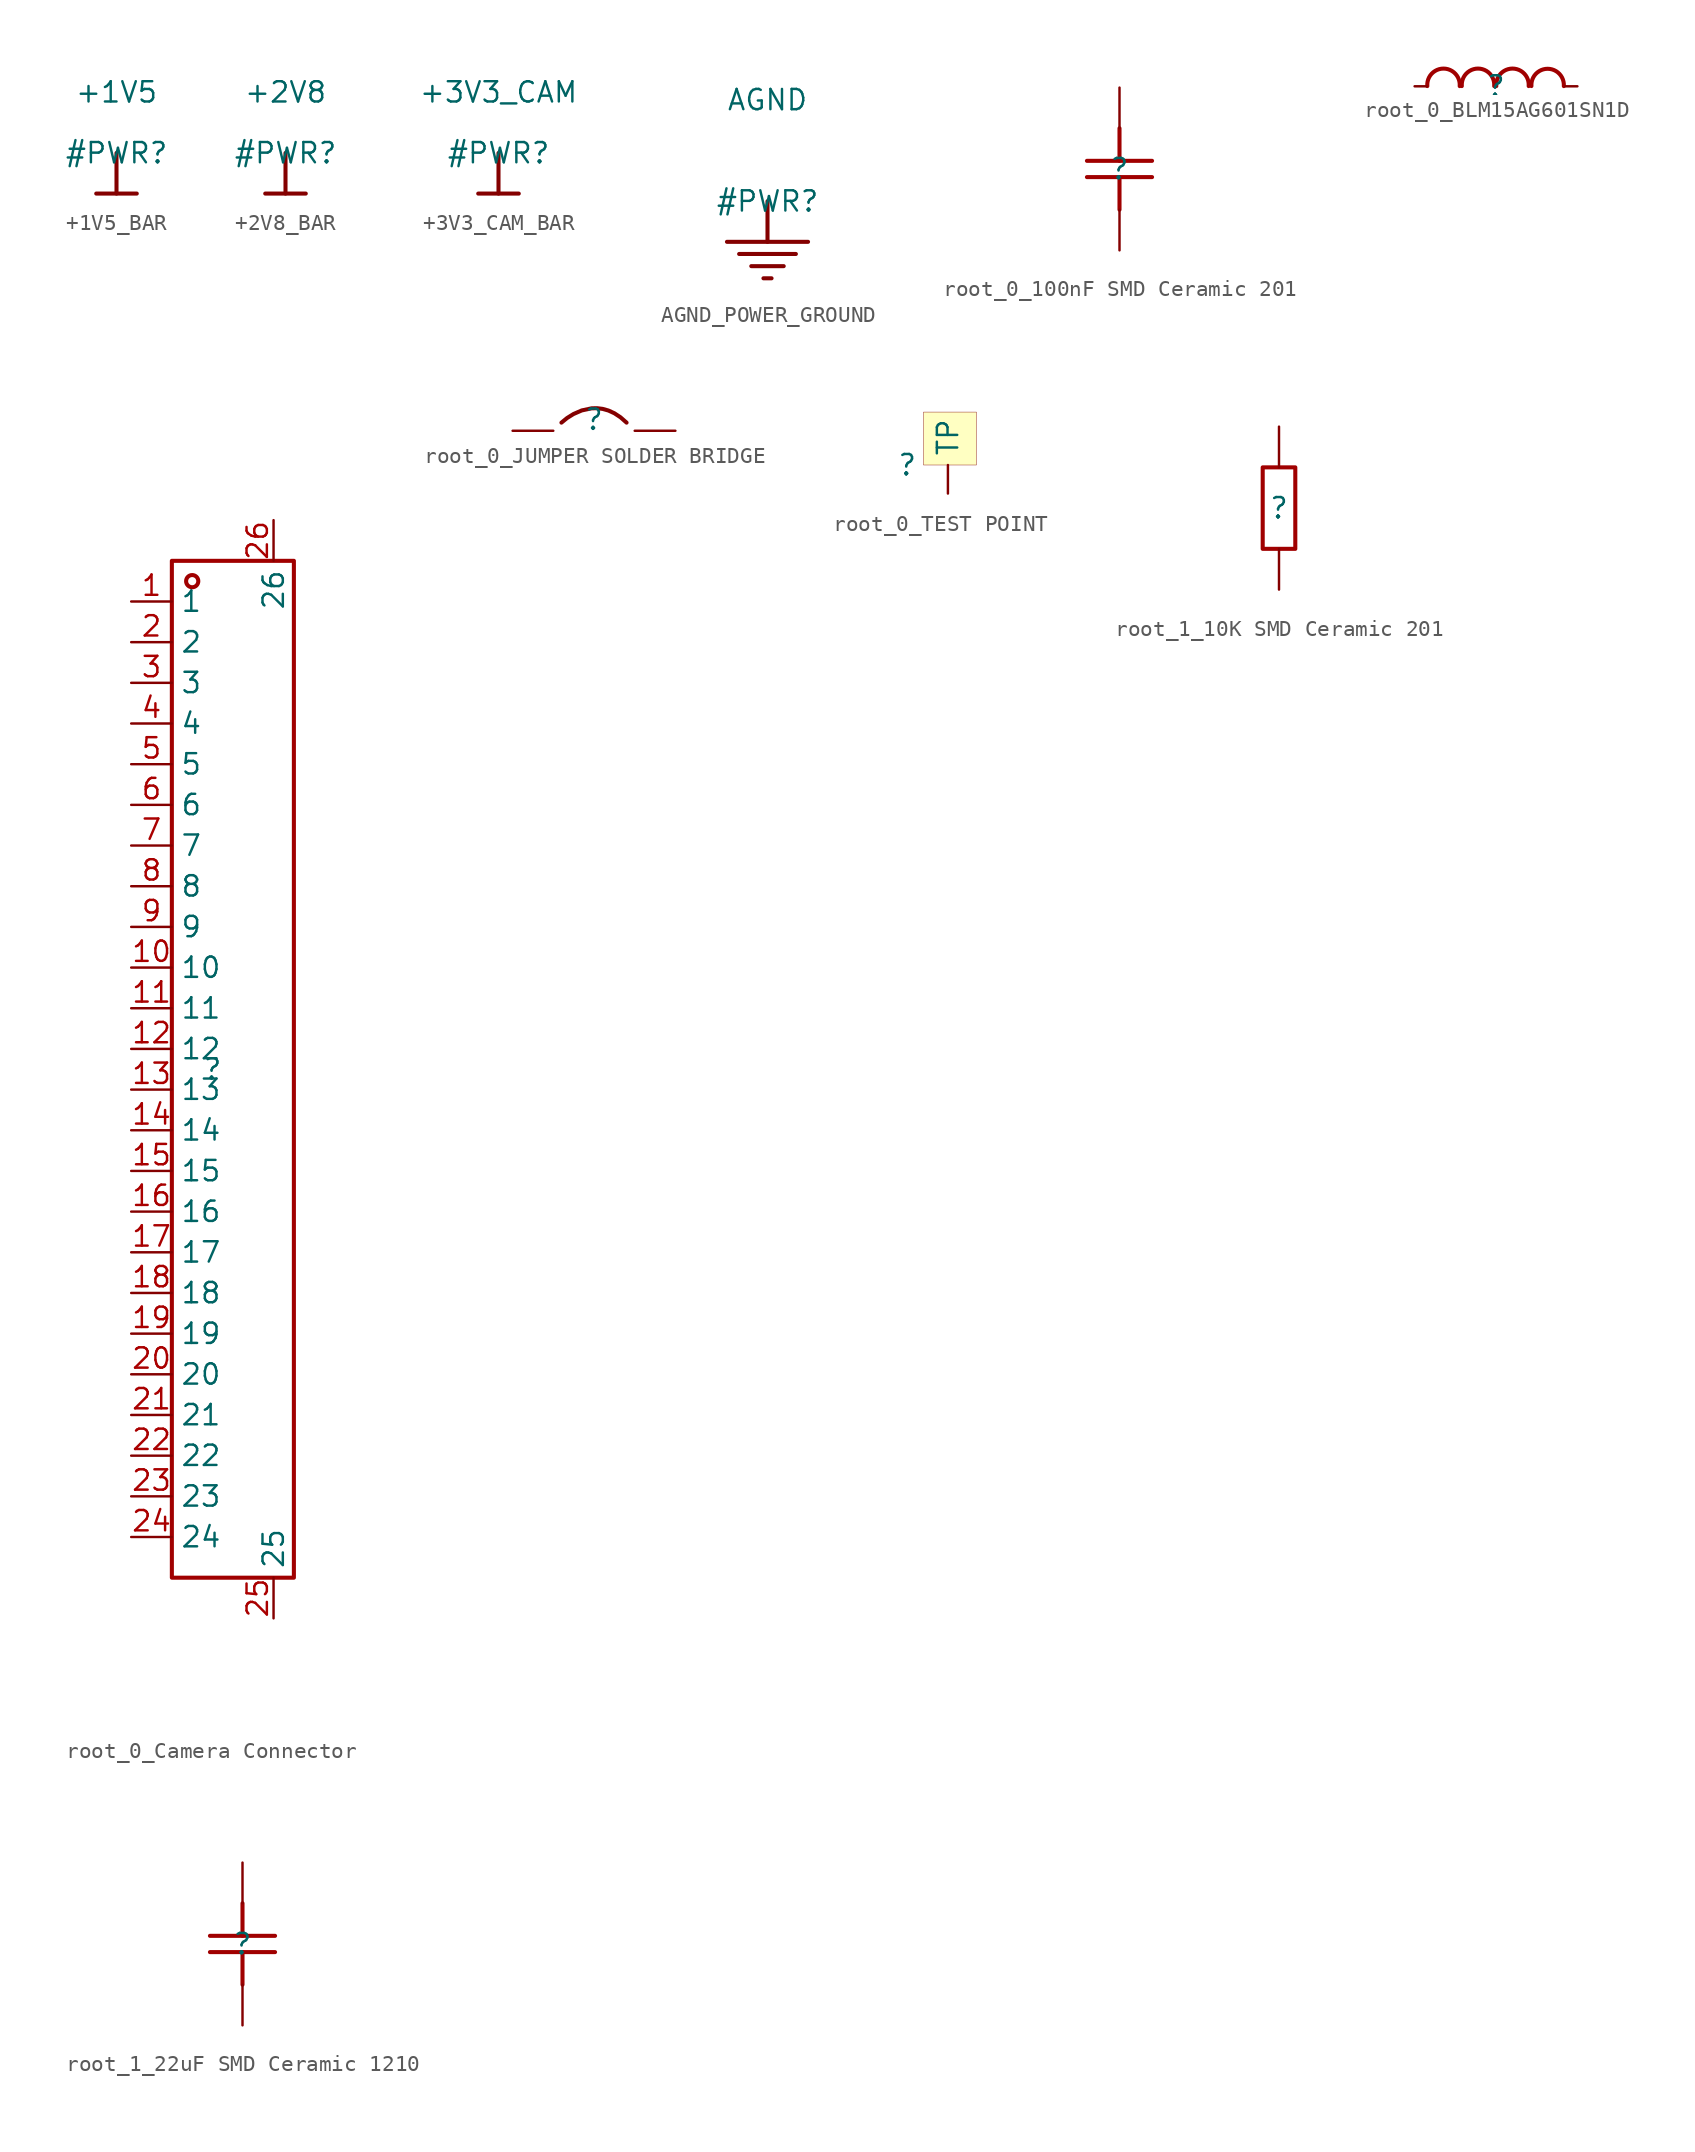
<source format=kicad_sym>
(kicad_symbol_lib
  (version 20231120)
  (generator "kicad_symbol_editor")
  (generator_version "8.0")
  (symbol "+1V5_BAR"
    (power)
    (property "Reference" "#PWR"
      (at 0 0 0)
      (effects (font (size 1.27 1.27))))
    (property "Value" "+1V5"
      (at 0 3.81 0)
      (effects (font (size 1.27 1.27))))
    (symbol "+1V5_BAR_0_0"
      (polyline (pts (xy -1.27 -2.54) (xy 1.27 -2.54)) (stroke (width 0.254) (type solid)) (fill (type none)))
      (polyline (pts (xy 0 0) (xy 0 -2.54)) (stroke (width 0.254) (type solid)) (fill (type none)))
      (pin power_in line (at 0 0 0) (length 0) hide (name "+1V5" (effects (font (size 1.27 1.27)))) (number "" (effects (font (size 1.27 1.27)))))))
  (symbol "+2V8_BAR"
    (power)
    (property "Reference" "#PWR"
      (at 0 0 0)
      (effects (font (size 1.27 1.27))))
    (property "Value" "+2V8"
      (at 0 3.81 0)
      (effects (font (size 1.27 1.27))))
    (symbol "+2V8_BAR_0_0"
      (polyline (pts (xy -1.27 -2.54) (xy 1.27 -2.54)) (stroke (width 0.254) (type solid)) (fill (type none)))
      (polyline (pts (xy 0 0) (xy 0 -2.54)) (stroke (width 0.254) (type solid)) (fill (type none)))
      (pin power_in line (at 0 0 0) (length 0) hide (name "+2V8" (effects (font (size 1.27 1.27)))) (number "" (effects (font (size 1.27 1.27)))))))
  (symbol "+3V3_CAM_BAR"
    (power)
    (property "Reference" "#PWR"
      (at 0 0 0)
      (effects (font (size 1.27 1.27))))
    (property "Value" "+3V3_CAM"
      (at 0 3.81 0)
      (effects (font (size 1.27 1.27))))
    (symbol "+3V3_CAM_BAR_0_0"
      (polyline (pts (xy -1.27 -2.54) (xy 1.27 -2.54)) (stroke (width 0.254) (type solid)) (fill (type none)))
      (polyline (pts (xy 0 0) (xy 0 -2.54)) (stroke (width 0.254) (type solid)) (fill (type none)))
      (pin power_in line (at 0 0 0) (length 0) hide (name "+3V3_CAM" (effects (font (size 1.27 1.27)))) (number "" (effects (font (size 1.27 1.27)))))))
  (symbol "AGND_POWER_GROUND"
    (power)
    (property "Reference" "#PWR"
      (at 0 0 0)
      (effects (font (size 1.27 1.27))))
    (property "Value" "AGND"
      (at 0 6.35 0)
      (effects (font (size 1.27 1.27))))
    (symbol "AGND_POWER_GROUND_0_0"
      (polyline (pts (xy -2.54 -2.54) (xy 2.54 -2.54)) (stroke (width 0.254) (type solid)) (fill (type none)))
      (polyline (pts (xy -1.778 -3.302) (xy 1.778 -3.302)) (stroke (width 0.254) (type solid)) (fill (type none)))
      (polyline (pts (xy -1.016 -4.064) (xy 1.016 -4.064)) (stroke (width 0.254) (type solid)) (fill (type none)))
      (polyline (pts (xy -0.254 -4.826) (xy 0.254 -4.826)) (stroke (width 0.254) (type solid)) (fill (type none)))
      (polyline (pts (xy 0 0) (xy 0 -2.54)) (stroke (width 0.254) (type solid)) (fill (type none)))
      (pin power_in line (at 0 0 0) (length 0) hide (name "AGND" (effects (font (size 1.27 1.27)))) (number "" (effects (font (size 1.27 1.27)))))))
  (symbol "root_0_100nF SMD Ceramic 201"
    (property "Reference" ""
      (at 0 0 0)
      (effects (font (size 1.27 1.27))))
    (property "Value" ""
      (at 0 0 0)
      (effects (font (size 1.27 1.27))))
    (symbol "root_0_100nF SMD Ceramic 201_1_0"
      (polyline (pts (xy -2.032 0.508) (xy 2.032 0.508)) (stroke (width 0.254) (type solid) (color 160 0 0 1)) (fill (type none)))
      (polyline (pts (xy 0 -0.508) (xy 0 -2.54)) (stroke (width 0.254) (type solid) (color 160 0 0 1)) (fill (type none)))
      (polyline (pts (xy 0 2.54) (xy 0 0.508)) (stroke (width 0.254) (type solid) (color 160 0 0 1)) (fill (type none)))
      (polyline (pts (xy 2.032 -0.508) (xy -2.032 -0.508)) (stroke (width 0.254) (type solid) (color 160 0 0 1)) (fill (type none)))
      (pin passive line (at 0 -5.08 90) (length 2.54) (name "1" (effects (font (size 0 0)))) (number "1" (effects (font (size 0 0)))))
      (pin passive line (at 0 5.08 270) (length 2.54) (name "2" (effects (font (size 0 0)))) (number "2" (effects (font (size 0 0)))))))
  (symbol "root_0_BLM15AG601SN1D"
    (property "Reference" ""
      (at 0 0 0)
      (effects (font (size 1.27 1.27))))
    (property "Value" ""
      (at 0 0 0)
      (effects (font (size 1.27 1.27))))
    (symbol "root_0_BLM15AG601SN1D_1_0"
      (arc (start -2.2651 0.0123) (mid -3.2747 1.106) (end -4.2871 0.0149) (stroke (width 0.254) (type solid) (color 160 0 0 1)) (fill (type none)))
      (arc (start -0.112 0.0146) (mid -1.123 1.107) (end -2.134 0.0146) (stroke (width 0.254) (type solid) (color 160 0 0 1)) (fill (type none)))
      (arc (start 2.04 0.0146) (mid 1.029 1.107) (end 0.018 0.0146) (stroke (width 0.254) (type solid) (color 160 0 0 1)) (fill (type none)))
      (arc (start 4.2339 0.0133) (mid 3.2233 1.093) (end 2.2099 0.0158) (stroke (width 0.254) (type solid) (color 160 0 0 1)) (fill (type none)))
      (pin passive line (at -5.08 0.001 0) (length 0.762) (name "1" (effects (font (size 0 0)))) (number "1" (effects (font (size 0 0)))))
      (pin passive line (at 5.08 0.001 180) (length 0.762) (name "2" (effects (font (size 0 0)))) (number "2" (effects (font (size 0 0)))))))
  (symbol "root_0_Camera Connector"
    (property "Reference" ""
      (at 0 0 0)
      (effects (font (size 1.27 1.27))))
    (property "Value" ""
      (at 0 0 0)
      (effects (font (size 1.27 1.27))))
    (symbol "root_0_Camera Connector_1_0"
      (rectangle (start -2.54 31.75) (end 5.08 -31.75) (stroke (width 0.254) (type solid) (color 160 0 0 1)) (fill (type none)))
      (circle (center -1.27 30.48) (radius 0.381) (stroke (width 0.254) (type solid) (color 160 0 0 1)) (fill (type none)))
      (pin passive line (at -5.08 29.21 0) (length 2.54) (name "1" (effects (font (size 1.27 1.27)))) (number "1" (effects (font (size 1.27 1.27)))))
      (pin passive line (at -5.08 6.35 0) (length 2.54) (name "10" (effects (font (size 1.27 1.27)))) (number "10" (effects (font (size 1.27 1.27)))))
      (pin passive line (at -5.08 3.81 0) (length 2.54) (name "11" (effects (font (size 1.27 1.27)))) (number "11" (effects (font (size 1.27 1.27)))))
      (pin passive line (at -5.08 1.27 0) (length 2.54) (name "12" (effects (font (size 1.27 1.27)))) (number "12" (effects (font (size 1.27 1.27)))))
      (pin passive line (at -5.08 -1.27 0) (length 2.54) (name "13" (effects (font (size 1.27 1.27)))) (number "13" (effects (font (size 1.27 1.27)))))
      (pin passive line (at -5.08 -3.81 0) (length 2.54) (name "14" (effects (font (size 1.27 1.27)))) (number "14" (effects (font (size 1.27 1.27)))))
      (pin passive line (at -5.08 -6.35 0) (length 2.54) (name "15" (effects (font (size 1.27 1.27)))) (number "15" (effects (font (size 1.27 1.27)))))
      (pin passive line (at -5.08 -8.89 0) (length 2.54) (name "16" (effects (font (size 1.27 1.27)))) (number "16" (effects (font (size 1.27 1.27)))))
      (pin passive line (at -5.08 -11.43 0) (length 2.54) (name "17" (effects (font (size 1.27 1.27)))) (number "17" (effects (font (size 1.27 1.27)))))
      (pin passive line (at -5.08 -13.97 0) (length 2.54) (name "18" (effects (font (size 1.27 1.27)))) (number "18" (effects (font (size 1.27 1.27)))))
      (pin passive line (at -5.08 -16.51 0) (length 2.54) (name "19" (effects (font (size 1.27 1.27)))) (number "19" (effects (font (size 1.27 1.27)))))
      (pin passive line (at -5.08 26.67 0) (length 2.54) (name "2" (effects (font (size 1.27 1.27)))) (number "2" (effects (font (size 1.27 1.27)))))
      (pin passive line (at -5.08 -19.05 0) (length 2.54) (name "20" (effects (font (size 1.27 1.27)))) (number "20" (effects (font (size 1.27 1.27)))))
      (pin passive line (at -5.08 -21.59 0) (length 2.54) (name "21" (effects (font (size 1.27 1.27)))) (number "21" (effects (font (size 1.27 1.27)))))
      (pin passive line (at -5.08 -24.13 0) (length 2.54) (name "22" (effects (font (size 1.27 1.27)))) (number "22" (effects (font (size 1.27 1.27)))))
      (pin passive line (at -5.08 -26.67 0) (length 2.54) (name "23" (effects (font (size 1.27 1.27)))) (number "23" (effects (font (size 1.27 1.27)))))
      (pin passive line (at -5.08 -29.21 0) (length 2.54) (name "24" (effects (font (size 1.27 1.27)))) (number "24" (effects (font (size 1.27 1.27)))))
      (pin passive line (at 3.81 -34.29 90) (length 2.54) (name "25" (effects (font (size 1.27 1.27)))) (number "25" (effects (font (size 1.27 1.27)))))
      (pin passive line (at 3.81 34.29 270) (length 2.54) (name "26" (effects (font (size 1.27 1.27)))) (number "26" (effects (font (size 1.27 1.27)))))
      (pin passive line (at -5.08 24.13 0) (length 2.54) (name "3" (effects (font (size 1.27 1.27)))) (number "3" (effects (font (size 1.27 1.27)))))
      (pin passive line (at -5.08 21.59 0) (length 2.54) (name "4" (effects (font (size 1.27 1.27)))) (number "4" (effects (font (size 1.27 1.27)))))
      (pin passive line (at -5.08 19.05 0) (length 2.54) (name "5" (effects (font (size 1.27 1.27)))) (number "5" (effects (font (size 1.27 1.27)))))
      (pin passive line (at -5.08 16.51 0) (length 2.54) (name "6" (effects (font (size 1.27 1.27)))) (number "6" (effects (font (size 1.27 1.27)))))
      (pin passive line (at -5.08 13.97 0) (length 2.54) (name "7" (effects (font (size 1.27 1.27)))) (number "7" (effects (font (size 1.27 1.27)))))
      (pin passive line (at -5.08 11.43 0) (length 2.54) (name "8" (effects (font (size 1.27 1.27)))) (number "8" (effects (font (size 1.27 1.27)))))
      (pin passive line (at -5.08 8.89 0) (length 2.54) (name "9" (effects (font (size 1.27 1.27)))) (number "9" (effects (font (size 1.27 1.27)))))))
  (symbol "root_0_JUMPER SOLDER BRIDGE"
    (property "Reference" ""
      (at 0 0 0)
      (effects (font (size 1.27 1.27))))
    (property "Value" ""
      (at 0 0 0)
      (effects (font (size 1.27 1.27))))
    (symbol "root_0_JUMPER SOLDER BRIDGE_1_0"
      (bezier (pts (xy -2.032 -0.191) (xy -2.032 -0.191) (xy 0 1.841) (xy 2.032 -0.191)) (stroke (width 0.254) (type solid)) (fill (type none)))
      (pin passive line (at -5.08 -0.699 0) (length 2.54) (name "1" (effects (font (size 0 0)))) (number "1" (effects (font (size 0 0)))))
      (pin passive line (at 5.08 -0.699 180) (length 2.54) (name "2" (effects (font (size 0 0)))) (number "2" (effects (font (size 0 0)))))))
  (symbol "root_0_TEST POINT"
    (property "Reference" ""
      (at 0 0 0)
      (effects (font (size 1.27 1.27))))
    (property "Value" ""
      (at 0 0 0)
      (effects (font (size 1.27 1.27))))
    (symbol "root_0_TEST POINT_1_0"
      (rectangle (start 4.318 3.302) (end 1.016 0) (stroke (width 0.025) (type solid) (color 128 0 0 1)) (fill (type background)))
      (pin passive line (at 2.54 -1.778 90) (length 1.778) (name "TP" (effects (font (size 1.27 1.27)))) (number "1" (effects (font (size 0 0)))))))
  (symbol "root_1_10K SMD Ceramic 201"
    (property "Reference" ""
      (at 0 0 0)
      (effects (font (size 1.27 1.27))))
    (property "Value" ""
      (at 0 0 0)
      (effects (font (size 1.27 1.27))))
    (symbol "root_1_10K SMD Ceramic 201_1_0"
      (rectangle (start -1.016 2.54) (end 1.016 -2.54) (stroke (width 0.254) (type solid) (color 160 0 0 1)) (fill (type none)))
      (pin passive line (at 0 -5.08 90) (length 2.54) (name "1" (effects (font (size 0 0)))) (number "1" (effects (font (size 0 0)))))
      (pin passive line (at 0 5.08 270) (length 2.54) (name "2" (effects (font (size 0 0)))) (number "2" (effects (font (size 0 0)))))))
  (symbol "root_1_22uF SMD Ceramic 1210"
    (property "Reference" ""
      (at 0 0 0)
      (effects (font (size 1.27 1.27))))
    (property "Value" ""
      (at 0 0 0)
      (effects (font (size 1.27 1.27))))
    (symbol "root_1_22uF SMD Ceramic 1210_1_0"
      (polyline (pts (xy -2.032 0.508) (xy 2.032 0.508)) (stroke (width 0.254) (type solid) (color 160 0 0 1)) (fill (type none)))
      (polyline (pts (xy 0 -0.508) (xy 0 -2.54)) (stroke (width 0.254) (type solid) (color 160 0 0 1)) (fill (type none)))
      (polyline (pts (xy 0 2.54) (xy 0 0.508)) (stroke (width 0.254) (type solid) (color 160 0 0 1)) (fill (type none)))
      (polyline (pts (xy 2.032 -0.508) (xy -2.032 -0.508)) (stroke (width 0.254) (type solid) (color 160 0 0 1)) (fill (type none)))
      (pin passive line (at 0 -5.08 90) (length 2.54) (name "1" (effects (font (size 0 0)))) (number "1" (effects (font (size 0 0)))))
      (pin passive line (at 0 5.08 270) (length 2.54) (name "2" (effects (font (size 0 0)))) (number "2" (effects (font (size 0 0))))))))
</source>
